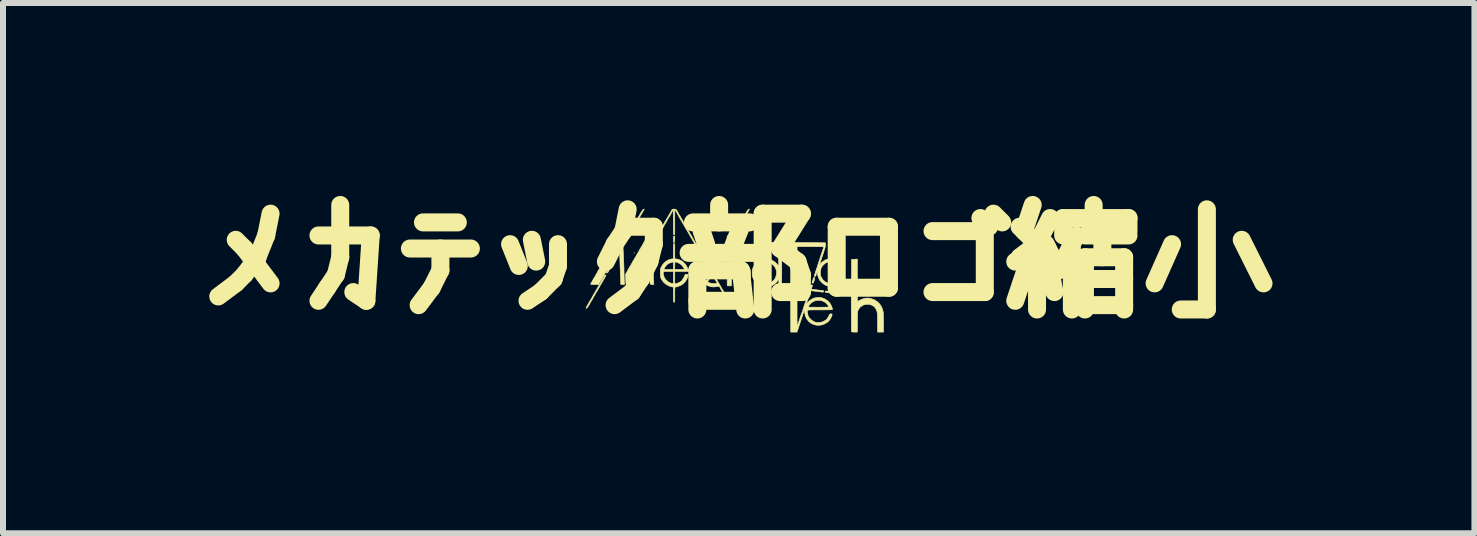
<source format=kicad_pcb>
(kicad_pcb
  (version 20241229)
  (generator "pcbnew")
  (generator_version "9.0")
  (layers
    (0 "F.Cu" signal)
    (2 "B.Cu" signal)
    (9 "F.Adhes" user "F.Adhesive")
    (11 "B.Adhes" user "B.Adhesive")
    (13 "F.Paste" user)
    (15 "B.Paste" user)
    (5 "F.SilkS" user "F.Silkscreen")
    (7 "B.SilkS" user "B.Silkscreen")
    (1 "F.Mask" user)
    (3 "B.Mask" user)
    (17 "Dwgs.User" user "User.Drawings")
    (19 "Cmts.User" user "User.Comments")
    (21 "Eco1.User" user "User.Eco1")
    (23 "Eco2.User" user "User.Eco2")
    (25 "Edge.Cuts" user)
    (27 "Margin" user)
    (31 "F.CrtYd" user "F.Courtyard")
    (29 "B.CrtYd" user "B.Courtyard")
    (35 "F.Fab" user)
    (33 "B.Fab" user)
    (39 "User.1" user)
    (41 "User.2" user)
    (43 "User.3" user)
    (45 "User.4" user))
  (footprint "メカテック部ロゴ縮小"
    (layer "F.Cu")
    (at 9.26 1.418)
    (property "Reference" "メカテック部ロゴ縮小" (at 0 0 0) (layer "F.SilkS") (effects (font (size 1.524 1.524) (thickness 0.3))))
    (attr through_hole)
    (fp_poly (pts (xy -1.741 -0.258) (xy -1.741 -0.251) (xy -1.741 -0.25) (xy -1.744 -0.251) (xy -1.745 -0.254) (xy -1.743 -0.259) (xy -1.741 -0.258)) (stroke (width 0.01) (type solid)) (fill yes) (layer "F.SilkS"))
    (fp_poly (pts (xy -0.046 0.195) (xy -0.034 0.199) (xy -0.024 0.202) (xy -0.014 0.206) (xy -0.011 0.21) (xy -0.012 0.214) (xy -0.017 0.214) (xy -0.029 0.211) (xy -0.037 0.208) (xy -0.049 0.203) (xy -0.055 0.198) (xy -0.055 0.197) (xy -0.051 0.194) (xy -0.046 0.195)) (stroke (width 0.01) (type solid)) (fill yes) (layer "F.SilkS"))
    (fp_poly (pts (xy -1.071 -0.535) (xy -1.068 -0.532) (xy -1.067 -0.523) (xy -1.066 -0.509) (xy -1.067 -0.485) (xy -1.067 -0.482) (xy -1.068 -0.453) (xy -1.071 -0.435) (xy -1.076 -0.426) (xy -1.082 -0.427) (xy -1.084 -0.429) (xy -1.086 -0.436) (xy -1.087 -0.451) (xy -1.088 -0.472) (xy -1.088 -0.484) (xy -1.088 -0.508) (xy -1.087 -0.523) (xy -1.085 -0.532) (xy -1.082 -0.535) (xy -1.077 -0.536) (xy -1.071 -0.535)) (stroke (width 0.01) (type solid)) (fill yes) (layer "F.SilkS"))
    (fp_poly (pts (xy 1.263 0.161) (xy 1.267 0.167) (xy 1.267 0.175) (xy 1.264 0.187) (xy 1.259 0.205) (xy 1.251 0.227) (xy 1.245 0.241) (xy 1.24 0.248) (xy 1.235 0.25) (xy 1.23 0.25) (xy 1.224 0.247) (xy 1.221 0.243) (xy 1.223 0.233) (xy 1.228 0.217) (xy 1.231 0.209) (xy 1.238 0.191) (xy 1.242 0.176) (xy 1.242 0.17) (xy 1.246 0.159) (xy 1.255 0.157) (xy 1.263 0.161)) (stroke (width 0.01) (type solid)) (fill yes) (layer "F.SilkS"))
    (fp_poly (pts (xy 1.468 0.382) (xy 1.482 0.383) (xy 1.509 0.386) (xy 1.526 0.389) (xy 1.536 0.393) (xy 1.54 0.398) (xy 1.539 0.402) (xy 1.534 0.409) (xy 1.522 0.413) (xy 1.511 0.414) (xy 1.507 0.412) (xy 1.501 0.41) (xy 1.487 0.409) (xy 1.473 0.408) (xy 1.455 0.406) (xy 1.445 0.404) (xy 1.442 0.399) (xy 1.441 0.393) (xy 1.442 0.387) (xy 1.445 0.383) (xy 1.453 0.382) (xy 1.468 0.382)) (stroke (width 0.01) (type solid)) (fill yes) (layer "F.SilkS"))
    (fp_poly (pts (xy -1.604 -0.083) (xy -1.612 -0.069) (xy -1.617 -0.058) (xy -1.618 -0.055) (xy -1.622 -0.05) (xy -1.623 -0.05) (xy -1.628 -0.045) (xy -1.632 -0.037) (xy -1.636 -0.028) (xy -1.645 -0.013) (xy -1.656 0.007) (xy -1.668 0.028) (xy -1.68 0.048) (xy -1.691 0.065) (xy -1.698 0.076) (xy -1.7 0.078) (xy -1.708 0.08) (xy -1.71 0.079) (xy -1.714 0.073) (xy -1.711 0.061) (xy -1.703 0.05) (xy -1.697 0.041) (xy -1.688 0.026) (xy -1.678 0.008) (xy -1.666 -0.013) (xy -1.655 -0.034) (xy -1.647 -0.047) (xy -1.637 -0.065) (xy -1.627 -0.083) (xy -1.625 -0.087) (xy -1.615 -0.101) (xy -1.603 -0.105) (xy -1.59 -0.105) (xy -1.604 -0.083)) (stroke (width 0.01) (type solid)) (fill yes) (layer "F.SilkS"))
    (fp_poly (pts (xy -2.086 -0.104) (xy -2.085 -0.1) (xy -2.088 -0.092) (xy -2.095 -0.078) (xy -2.107 -0.056) (xy -2.112 -0.048) (xy -2.124 -0.028) (xy -2.135 -0.01) (xy -2.142 0.003) (xy -2.143 0.004) (xy -2.149 0.016) (xy -2.158 0.031) (xy -2.168 0.048) (xy -2.176 0.063) (xy -2.182 0.073) (xy -2.184 0.076) (xy -2.19 0.078) (xy -2.197 0.08) (xy -2.205 0.08) (xy -2.205 0.073) (xy -2.205 0.073) (xy -2.198 0.06) (xy -2.195 0.055) (xy -2.188 0.046) (xy -2.179 0.031) (xy -2.173 0.019) (xy -2.161 -0.003) (xy -2.148 -0.026) (xy -2.142 -0.036) (xy -2.132 -0.053) (xy -2.124 -0.068) (xy -2.121 -0.075) (xy -2.109 -0.093) (xy -2.097 -0.104) (xy -2.091 -0.105) (xy -2.086 -0.104)) (stroke (width 0.01) (type solid)) (fill yes) (layer "F.SilkS"))
    (fp_poly (pts (xy -1.44 -0.346) (xy -1.438 -0.334) (xy -1.437 -0.316) (xy -1.437 -0.313) (xy -1.436 -0.296) (xy -1.435 -0.27) (xy -1.434 -0.237) (xy -1.432 -0.2) (xy -1.431 -0.161) (xy -1.43 -0.146) (xy -1.428 -0.099) (xy -1.426 -0.046) (xy -1.425 0.009) (xy -1.423 0.062) (xy -1.422 0.105) (xy -1.421 0.142) (xy -1.419 0.178) (xy -1.418 0.208) (xy -1.417 0.233) (xy -1.416 0.249) (xy -1.416 0.253) (xy -1.416 0.267) (xy -1.417 0.275) (xy -1.418 0.275) (xy -1.425 0.274) (xy -1.44 0.272) (xy -1.449 0.271) (xy -1.466 0.269) (xy -1.474 0.265) (xy -1.477 0.258) (xy -1.478 0.248) (xy -1.478 0.236) (xy -1.479 0.215) (xy -1.48 0.188) (xy -1.481 0.159) (xy -1.482 0.152) (xy -1.484 0.09) (xy -1.487 0.019) (xy -1.49 -0.06) (xy -1.493 -0.145) (xy -1.494 -0.173) (xy -1.496 -0.249) (xy -1.471 -0.294) (xy -1.461 -0.314) (xy -1.452 -0.33) (xy -1.447 -0.34) (xy -1.447 -0.343) (xy -1.443 -0.35) (xy -1.442 -0.35) (xy -1.44 -0.346)) (stroke (width 0.01) (type solid)) (fill yes) (layer "F.SilkS"))
    (fp_poly (pts (xy -1.927 -0.337) (xy -1.927 -0.325) (xy -1.926 -0.305) (xy -1.925 -0.283) (xy -1.924 -0.282) (xy -1.923 -0.249) (xy -1.921 -0.217) (xy -1.92 -0.183) (xy -1.918 -0.147) (xy -1.917 -0.107) (xy -1.915 -0.061) (xy -1.913 -0.01) (xy -1.912 0.049) (xy -1.91 0.116) (xy -1.908 0.184) (xy -1.905 0.276) (xy -1.918 0.275) (xy -1.932 0.274) (xy -1.948 0.272) (xy -1.966 0.27) (xy -1.966 0.225) (xy -1.967 0.201) (xy -1.967 0.18) (xy -1.968 0.165) (xy -1.968 0.163) (xy -1.969 0.152) (xy -1.97 0.132) (xy -1.972 0.106) (xy -1.973 0.075) (xy -1.973 0.058) (xy -1.976 -0.008) (xy -1.978 -0.064) (xy -1.979 -0.11) (xy -1.981 -0.148) (xy -1.981 -0.179) (xy -1.982 -0.203) (xy -1.982 -0.222) (xy -1.982 -0.236) (xy -1.981 -0.246) (xy -1.98 -0.253) (xy -1.979 -0.258) (xy -1.978 -0.262) (xy -1.976 -0.265) (xy -1.974 -0.269) (xy -1.964 -0.287) (xy -1.953 -0.304) (xy -1.952 -0.306) (xy -1.942 -0.322) (xy -1.934 -0.337) (xy -1.934 -0.337) (xy -1.928 -0.351) (xy -1.927 -0.337)) (stroke (width 0.01) (type solid)) (fill yes) (layer "F.SilkS"))
    (fp_poly (pts (xy -1.723 0.118) (xy -1.725 0.125) (xy -1.732 0.138) (xy -1.742 0.156) (xy -1.754 0.177) (xy -1.766 0.197) (xy -1.777 0.215) (xy -1.777 0.215) (xy -1.788 0.233) (xy -1.802 0.258) (xy -1.816 0.284) (xy -1.824 0.298) (xy -1.835 0.32) (xy -1.845 0.338) (xy -1.852 0.35) (xy -1.855 0.353) (xy -1.861 0.361) (xy -1.871 0.378) (xy -1.885 0.402) (xy -1.901 0.432) (xy -1.902 0.433) (xy -1.916 0.459) (xy -1.932 0.487) (xy -1.944 0.508) (xy -1.971 0.551) (xy -1.996 0.595) (xy -2.016 0.634) (xy -2.027 0.653) (xy -2.035 0.664) (xy -2.043 0.668) (xy -2.047 0.668) (xy -2.057 0.667) (xy -2.06 0.665) (xy -2.057 0.659) (xy -2.05 0.648) (xy -2.049 0.647) (xy -2.034 0.623) (xy -2.017 0.594) (xy -1.997 0.557) (xy -1.996 0.555) (xy -1.986 0.536) (xy -1.977 0.522) (xy -1.972 0.514) (xy -1.972 0.514) (xy -1.967 0.508) (xy -1.959 0.495) (xy -1.95 0.477) (xy -1.949 0.475) (xy -1.939 0.457) (xy -1.932 0.443) (xy -1.927 0.436) (xy -1.927 0.436) (xy -1.923 0.43) (xy -1.916 0.418) (xy -1.913 0.411) (xy -1.906 0.4) (xy -1.895 0.38) (xy -1.88 0.355) (xy -1.864 0.327) (xy -1.847 0.298) (xy -1.829 0.268) (xy -1.812 0.238) (xy -1.797 0.212) (xy -1.785 0.192) (xy -1.778 0.18) (xy -1.769 0.163) (xy -1.761 0.15) (xy -1.758 0.145) (xy -1.75 0.134) (xy -1.748 0.127) (xy -1.742 0.12) (xy -1.733 0.116) (xy -1.725 0.115) (xy -1.723 0.118)) (stroke (width 0.01) (type solid)) (fill yes) (layer "F.SilkS"))
    (fp_poly (pts (xy -2.229 0.153) (xy -2.239 0.172) (xy -2.247 0.187) (xy -2.253 0.195) (xy -2.253 0.196) (xy -2.258 0.203) (xy -2.266 0.218) (xy -2.275 0.235) (xy -2.285 0.252) (xy -2.293 0.265) (xy -2.297 0.271) (xy -2.301 0.277) (xy -2.307 0.287) (xy -2.313 0.299) (xy -2.323 0.317) (xy -2.331 0.331) (xy -2.341 0.349) (xy -2.35 0.365) (xy -2.355 0.373) (xy -2.361 0.384) (xy -2.371 0.4) (xy -2.376 0.407) (xy -2.385 0.421) (xy -2.39 0.431) (xy -2.391 0.433) (xy -2.394 0.44) (xy -2.4 0.451) (xy -2.404 0.457) (xy -2.413 0.472) (xy -2.425 0.493) (xy -2.437 0.515) (xy -2.438 0.516) (xy -2.448 0.535) (xy -2.457 0.549) (xy -2.463 0.557) (xy -2.463 0.558) (xy -2.469 0.565) (xy -2.472 0.572) (xy -2.48 0.589) (xy -2.491 0.609) (xy -2.504 0.629) (xy -2.516 0.647) (xy -2.527 0.661) (xy -2.535 0.668) (xy -2.536 0.668) (xy -2.544 0.667) (xy -2.546 0.666) (xy -2.543 0.66) (xy -2.536 0.646) (xy -2.525 0.627) (xy -2.516 0.61) (xy -2.505 0.592) (xy -2.493 0.57) (xy -2.488 0.56) (xy -2.478 0.544) (xy -2.47 0.53) (xy -2.466 0.525) (xy -2.458 0.513) (xy -2.452 0.502) (xy -2.445 0.488) (xy -2.433 0.467) (xy -2.417 0.438) (xy -2.395 0.401) (xy -2.377 0.37) (xy -2.363 0.346) (xy -2.349 0.323) (xy -2.338 0.304) (xy -2.332 0.294) (xy -2.322 0.275) (xy -2.31 0.255) (xy -2.309 0.253) (xy -2.298 0.233) (xy -2.287 0.213) (xy -2.285 0.211) (xy -2.276 0.195) (xy -2.264 0.174) (xy -2.255 0.159) (xy -2.245 0.143) (xy -2.239 0.129) (xy -2.236 0.122) (xy -2.232 0.117) (xy -2.223 0.116) (xy -2.209 0.116) (xy -2.229 0.153)) (stroke (width 0.01) (type solid)) (fill yes) (layer "F.SilkS"))
    (fp_poly (pts (xy -1.466 -0.464) (xy -1.445 -0.463) (xy -1.43 -0.462) (xy -1.425 -0.461) (xy -1.425 -0.461) (xy -1.427 -0.455) (xy -1.435 -0.44) (xy -1.447 -0.419) (xy -1.463 -0.391) (xy -1.482 -0.358) (xy -1.504 -0.321) (xy -1.508 -0.313) (xy -1.521 -0.291) (xy -1.532 -0.272) (xy -1.538 -0.259) (xy -1.541 -0.254) (xy -1.544 -0.246) (xy -1.548 -0.242) (xy -1.555 -0.233) (xy -1.564 -0.218) (xy -1.566 -0.215) (xy -1.576 -0.196) (xy -1.588 -0.174) (xy -1.602 -0.149) (xy -1.616 -0.125) (xy -1.628 -0.104) (xy -1.637 -0.088) (xy -1.642 -0.08) (xy -1.657 -0.055) (xy -1.669 -0.036) (xy -1.678 -0.02) (xy -1.686 -0.006) (xy -1.695 0.01) (xy -1.704 0.028) (xy -1.715 0.046) (xy -1.725 0.064) (xy -1.728 0.069) (xy -1.741 0.09) (xy -1.756 0.117) (xy -1.77 0.144) (xy -1.778 0.158) (xy -1.786 0.169) (xy -1.787 0.17) (xy -1.794 0.18) (xy -1.795 0.185) (xy -1.797 0.192) (xy -1.8 0.193) (xy -1.805 0.198) (xy -1.809 0.206) (xy -1.814 0.218) (xy -1.824 0.234) (xy -1.835 0.25) (xy -1.845 0.264) (xy -1.852 0.272) (xy -1.859 0.275) (xy -1.867 0.274) (xy -1.872 0.272) (xy -1.876 0.268) (xy -1.879 0.261) (xy -1.881 0.247) (xy -1.882 0.226) (xy -1.882 0.199) (xy -1.883 0.171) (xy -1.884 0.147) (xy -1.885 0.128) (xy -1.887 0.117) (xy -1.887 0.117) (xy -1.887 0.105) (xy -1.884 0.098) (xy -1.879 0.09) (xy -1.87 0.075) (xy -1.862 0.061) (xy -1.851 0.04) (xy -1.837 0.015) (xy -1.825 -0.006) (xy -1.813 -0.027) (xy -1.801 -0.047) (xy -1.792 -0.062) (xy -1.777 -0.088) (xy -1.761 -0.117) (xy -1.743 -0.148) (xy -1.725 -0.178) (xy -1.709 -0.205) (xy -1.695 -0.229) (xy -1.684 -0.247) (xy -1.678 -0.258) (xy -1.677 -0.259) (xy -1.669 -0.273) (xy -1.663 -0.285) (xy -1.658 -0.294) (xy -1.649 -0.31) (xy -1.637 -0.331) (xy -1.624 -0.352) (xy -1.611 -0.374) (xy -1.6 -0.393) (xy -1.593 -0.405) (xy -1.59 -0.411) (xy -1.588 -0.417) (xy -1.581 -0.429) (xy -1.575 -0.439) (xy -1.56 -0.464) (xy -1.492 -0.464) (xy -1.466 -0.464)) (stroke (width 0.01) (type solid)) (fill yes) (layer "F.SilkS"))
    (fp_poly (pts (xy 1.977 0.557) (xy 2.009 0.539) (xy 2.048 0.52) (xy 2.089 0.507) (xy 2.127 0.5) (xy 2.161 0.499) (xy 2.216 0.511) (xy 2.266 0.531) (xy 2.31 0.56) (xy 2.347 0.596) (xy 2.376 0.639) (xy 2.397 0.688) (xy 2.407 0.729) (xy 2.409 0.745) (xy 2.41 0.769) (xy 2.411 0.801) (xy 2.412 0.838) (xy 2.413 0.878) (xy 2.413 0.916) (xy 2.413 1.066) (xy 2.314 1.066) (xy 2.313 0.921) (xy 2.313 0.868) (xy 2.313 0.825) (xy 2.312 0.79) (xy 2.31 0.761) (xy 2.307 0.739) (xy 2.303 0.721) (xy 2.298 0.705) (xy 2.292 0.691) (xy 2.284 0.677) (xy 2.281 0.673) (xy 2.267 0.652) (xy 2.253 0.638) (xy 2.236 0.626) (xy 2.226 0.621) (xy 2.192 0.608) (xy 2.155 0.602) (xy 2.118 0.604) (xy 2.084 0.612) (xy 2.056 0.627) (xy 2.048 0.633) (xy 2.037 0.642) (xy 2.028 0.646) (xy 2.028 0.646) (xy 2.021 0.649) (xy 2.021 0.651) (xy 2.017 0.659) (xy 2.013 0.664) (xy 2.006 0.673) (xy 1.997 0.688) (xy 1.993 0.696) (xy 1.989 0.703) (xy 1.986 0.71) (xy 1.984 0.719) (xy 1.982 0.73) (xy 1.981 0.745) (xy 1.98 0.766) (xy 1.979 0.793) (xy 1.979 0.827) (xy 1.978 0.871) (xy 1.978 0.893) (xy 1.976 1.066) (xy 1.929 1.066) (xy 1.903 1.065) (xy 1.887 1.063) (xy 1.88 1.059) (xy 1.88 1.059) (xy 1.879 1.052) (xy 1.879 1.035) (xy 1.878 1.01) (xy 1.878 0.976) (xy 1.877 0.936) (xy 1.877 0.889) (xy 1.877 0.838) (xy 1.876 0.783) (xy 1.876 0.754) (xy 1.875 0.456) (xy 1.85 0.454) (xy 1.835 0.453) (xy 1.813 0.45) (xy 1.784 0.447) (xy 1.754 0.443) (xy 1.745 0.442) (xy 1.712 0.438) (xy 1.68 0.434) (xy 1.651 0.43) (xy 1.629 0.428) (xy 1.626 0.428) (xy 1.6 0.425) (xy 1.583 0.423) (xy 1.573 0.419) (xy 1.569 0.414) (xy 1.568 0.408) (xy 1.572 0.399) (xy 1.578 0.398) (xy 1.59 0.398) (xy 1.612 0.4) (xy 1.64 0.403) (xy 1.673 0.407) (xy 1.709 0.411) (xy 1.746 0.416) (xy 1.774 0.42) (xy 1.803 0.424) (xy 1.829 0.427) (xy 1.849 0.43) (xy 1.862 0.431) (xy 1.863 0.431) (xy 1.877 0.431) (xy 1.879 0.142) (xy 1.88 -0.146) (xy 1.928 -0.148) (xy 1.977 -0.15) (xy 1.977 0.557)) (stroke (width 0.01) (type solid)) (fill yes) (layer "F.SilkS"))
    (fp_poly (pts (xy -1.585 -0.963) (xy -1.596 -0.943) (xy -1.608 -0.923) (xy -1.61 -0.919) (xy -1.619 -0.903) (xy -1.632 -0.882) (xy -1.642 -0.864) (xy -1.655 -0.842) (xy -1.668 -0.819) (xy -1.676 -0.803) (xy -1.686 -0.786) (xy -1.695 -0.772) (xy -1.699 -0.766) (xy -1.704 -0.759) (xy -1.703 -0.756) (xy -1.703 -0.753) (xy -1.708 -0.747) (xy -1.712 -0.74) (xy -1.722 -0.725) (xy -1.734 -0.704) (xy -1.748 -0.68) (xy -1.763 -0.654) (xy -1.778 -0.629) (xy -1.79 -0.606) (xy -1.801 -0.587) (xy -1.807 -0.575) (xy -1.807 -0.574) (xy -1.812 -0.566) (xy -1.821 -0.551) (xy -1.832 -0.533) (xy -1.833 -0.531) (xy -1.844 -0.514) (xy -1.852 -0.501) (xy -1.855 -0.494) (xy -1.855 -0.494) (xy -1.858 -0.488) (xy -1.866 -0.474) (xy -1.878 -0.453) (xy -1.894 -0.426) (xy -1.903 -0.411) (xy -1.911 -0.398) (xy -1.918 -0.384) (xy -1.928 -0.367) (xy -1.938 -0.351) (xy -1.948 -0.334) (xy -1.958 -0.316) (xy -1.958 -0.315) (xy -1.965 -0.303) (xy -1.976 -0.284) (xy -1.989 -0.261) (xy -2.005 -0.234) (xy -2.011 -0.224) (xy -2.026 -0.199) (xy -2.039 -0.177) (xy -2.048 -0.16) (xy -2.053 -0.15) (xy -2.054 -0.148) (xy -2.059 -0.144) (xy -2.066 -0.144) (xy -2.074 -0.146) (xy -2.074 -0.152) (xy -2.07 -0.16) (xy -2.062 -0.175) (xy -2.05 -0.195) (xy -2.043 -0.207) (xy -2.031 -0.228) (xy -2.022 -0.245) (xy -2.016 -0.256) (xy -2.015 -0.259) (xy -2.012 -0.266) (xy -2.011 -0.266) (xy -2.007 -0.271) (xy -1.999 -0.284) (xy -1.991 -0.298) (xy -1.979 -0.319) (xy -1.965 -0.344) (xy -1.953 -0.364) (xy -1.94 -0.387) (xy -1.924 -0.414) (xy -1.91 -0.441) (xy -1.906 -0.447) (xy -1.895 -0.468) (xy -1.886 -0.484) (xy -1.88 -0.495) (xy -1.878 -0.497) (xy -1.873 -0.503) (xy -1.865 -0.516) (xy -1.853 -0.535) (xy -1.841 -0.557) (xy -1.828 -0.58) (xy -1.816 -0.602) (xy -1.811 -0.609) (xy -1.792 -0.645) (xy -1.777 -0.671) (xy -1.767 -0.687) (xy -1.765 -0.69) (xy -1.758 -0.699) (xy -1.749 -0.715) (xy -1.738 -0.734) (xy -1.726 -0.755) (xy -1.715 -0.776) (xy -1.707 -0.792) (xy -1.702 -0.803) (xy -1.701 -0.806) (xy -1.697 -0.812) (xy -1.696 -0.812) (xy -1.691 -0.816) (xy -1.684 -0.828) (xy -1.677 -0.841) (xy -1.654 -0.883) (xy -1.634 -0.918) (xy -1.616 -0.947) (xy -1.601 -0.967) (xy -1.59 -0.979) (xy -1.585 -0.982) (xy -1.572 -0.984) (xy -1.585 -0.963)) (stroke (width 0.01) (type solid)) (fill yes) (layer "F.SilkS"))
    (fp_poly (pts (xy -1.952 -0.464) (xy -1.932 -0.463) (xy -1.921 -0.46) (xy -1.917 -0.455) (xy -1.919 -0.446) (xy -1.927 -0.433) (xy -1.93 -0.428) (xy -1.939 -0.412) (xy -1.947 -0.397) (xy -1.949 -0.393) (xy -1.956 -0.38) (xy -1.966 -0.365) (xy -1.969 -0.362) (xy -1.977 -0.35) (xy -1.982 -0.342) (xy -1.982 -0.341) (xy -1.985 -0.335) (xy -1.992 -0.322) (xy -2.002 -0.304) (xy -2.01 -0.29) (xy -2.022 -0.269) (xy -2.031 -0.253) (xy -2.036 -0.242) (xy -2.038 -0.239) (xy -2.04 -0.233) (xy -2.048 -0.222) (xy -2.049 -0.22) (xy -2.056 -0.209) (xy -2.067 -0.191) (xy -2.081 -0.168) (xy -2.092 -0.148) (xy -2.11 -0.117) (xy -2.128 -0.085) (xy -2.145 -0.054) (xy -2.161 -0.027) (xy -2.174 -0.005) (xy -2.183 0.011) (xy -2.185 0.014) (xy -2.193 0.028) (xy -2.197 0.038) (xy -2.204 0.05) (xy -2.214 0.066) (xy -2.219 0.074) (xy -2.23 0.091) (xy -2.243 0.112) (xy -2.255 0.134) (xy -2.269 0.16) (xy -2.279 0.178) (xy -2.285 0.189) (xy -2.289 0.196) (xy -2.292 0.199) (xy -2.292 0.199) (xy -2.296 0.205) (xy -2.304 0.218) (xy -2.314 0.235) (xy -2.315 0.237) (xy -2.335 0.273) (xy -2.399 0.273) (xy -2.425 0.273) (xy -2.446 0.272) (xy -2.461 0.271) (xy -2.466 0.269) (xy -2.465 0.263) (xy -2.459 0.249) (xy -2.45 0.232) (xy -2.447 0.228) (xy -2.435 0.207) (xy -2.425 0.189) (xy -2.418 0.176) (xy -2.418 0.175) (xy -2.412 0.165) (xy -2.407 0.16) (xy -2.402 0.156) (xy -2.402 0.154) (xy -2.399 0.147) (xy -2.392 0.133) (xy -2.382 0.114) (xy -2.374 0.102) (xy -2.363 0.082) (xy -2.353 0.065) (xy -2.348 0.055) (xy -2.347 0.052) (xy -2.344 0.046) (xy -2.337 0.035) (xy -2.332 0.026) (xy -2.313 -0.003) (xy -2.297 -0.032) (xy -2.286 -0.055) (xy -2.285 -0.057) (xy -2.279 -0.067) (xy -2.274 -0.072) (xy -2.27 -0.076) (xy -2.269 -0.079) (xy -2.266 -0.089) (xy -2.262 -0.093) (xy -2.256 -0.101) (xy -2.248 -0.115) (xy -2.242 -0.127) (xy -2.234 -0.142) (xy -2.227 -0.152) (xy -2.224 -0.155) (xy -2.22 -0.159) (xy -2.22 -0.162) (xy -2.217 -0.169) (xy -2.21 -0.184) (xy -2.199 -0.203) (xy -2.188 -0.221) (xy -2.174 -0.244) (xy -2.162 -0.264) (xy -2.153 -0.28) (xy -2.149 -0.287) (xy -2.142 -0.301) (xy -2.137 -0.309) (xy -2.129 -0.323) (xy -2.117 -0.343) (xy -2.103 -0.366) (xy -2.089 -0.391) (xy -2.076 -0.413) (xy -2.065 -0.432) (xy -2.058 -0.445) (xy -2.058 -0.446) (xy -2.048 -0.464) (xy -1.982 -0.464) (xy -1.952 -0.464)) (stroke (width 0.01) (type solid)) (fill yes) (layer "F.SilkS"))
    (fp_poly (pts (xy -1.073 -0.408) (xy -1.071 -0.406) (xy -1.069 -0.401) (xy -1.067 -0.392) (xy -1.066 -0.377) (xy -1.066 -0.355) (xy -1.066 -0.324) (xy -1.066 -0.284) (xy -1.066 -0.156) (xy -1.034 -0.152) (xy -0.991 -0.141) (xy -0.951 -0.121) (xy -0.915 -0.092) (xy -0.884 -0.057) (xy -0.86 -0.017) (xy -0.845 0.028) (xy -0.843 0.037) (xy -0.84 0.055) (xy -1.066 0.055) (xy -1.066 0.26) (xy -1.042 0.257) (xy -1.021 0.251) (xy -0.998 0.242) (xy -0.976 0.23) (xy -0.957 0.217) (xy -0.944 0.205) (xy -0.939 0.195) (xy -0.939 0.195) (xy -0.935 0.186) (xy -0.932 0.184) (xy -0.924 0.175) (xy -0.915 0.158) (xy -0.904 0.134) (xy -0.9 0.123) (xy -0.895 0.112) (xy -0.888 0.107) (xy -0.876 0.105) (xy -0.867 0.105) (xy -0.84 0.105) (xy -0.847 0.135) (xy -0.863 0.18) (xy -0.888 0.221) (xy -0.921 0.256) (xy -0.953 0.279) (xy -0.967 0.287) (xy -0.986 0.295) (xy -1.007 0.303) (xy -1.025 0.31) (xy -1.038 0.314) (xy -1.043 0.314) (xy -1.05 0.313) (xy -1.055 0.313) (xy -1.06 0.316) (xy -1.062 0.323) (xy -1.064 0.335) (xy -1.065 0.354) (xy -1.066 0.38) (xy -1.066 0.415) (xy -1.066 0.442) (xy -1.066 0.482) (xy -1.066 0.513) (xy -1.066 0.536) (xy -1.067 0.551) (xy -1.068 0.561) (xy -1.07 0.566) (xy -1.073 0.568) (xy -1.076 0.569) (xy -1.077 0.569) (xy -1.08 0.568) (xy -1.083 0.566) (xy -1.085 0.561) (xy -1.086 0.552) (xy -1.087 0.537) (xy -1.088 0.515) (xy -1.088 0.484) (xy -1.088 0.444) (xy -1.088 0.317) (xy -1.12 0.31) (xy -1.167 0.295) (xy -1.211 0.27) (xy -1.249 0.238) (xy -1.279 0.199) (xy -1.29 0.179) (xy -1.297 0.165) (xy -1.301 0.152) (xy -1.304 0.138) (xy -1.305 0.12) (xy -1.306 0.096) (xy -1.306 0.085) (xy -1.258 0.085) (xy -1.258 0.101) (xy -1.255 0.112) (xy -1.254 0.113) (xy -1.251 0.12) (xy -1.252 0.124) (xy -1.251 0.131) (xy -1.248 0.133) (xy -1.244 0.136) (xy -1.245 0.138) (xy -1.245 0.147) (xy -1.238 0.16) (xy -1.226 0.177) (xy -1.212 0.196) (xy -1.206 0.202) (xy -1.173 0.23) (xy -1.136 0.249) (xy -1.132 0.25) (xy -1.117 0.255) (xy -1.105 0.259) (xy -1.098 0.258) (xy -1.092 0.253) (xy -1.089 0.243) (xy -1.088 0.225) (xy -1.088 0.198) (xy -1.088 0.162) (xy -1.088 0.157) (xy -1.088 0.055) (xy -1.17 0.055) (xy -1.202 0.055) (xy -1.224 0.056) (xy -1.239 0.056) (xy -1.248 0.058) (xy -1.252 0.061) (xy -1.255 0.065) (xy -1.255 0.068) (xy -1.258 0.085) (xy -1.306 0.085) (xy -1.306 0.08) (xy -1.306 0.051) (xy -1.305 0.031) (xy -1.304 0.022) (xy -1.248 0.022) (xy -1.088 0.022) (xy -1.088 -0.038) (xy -1.066 -0.038) (xy -1.066 0.022) (xy -0.986 0.022) (xy -0.957 0.022) (xy -0.933 0.021) (xy -0.916 0.021) (xy -0.907 0.02) (xy -0.906 0.019) (xy -0.909 0.008) (xy -0.918 -0.008) (xy -0.93 -0.026) (xy -0.944 -0.044) (xy -0.954 -0.054) (xy -0.969 -0.066) (xy -0.989 -0.078) (xy -1.01 -0.089) (xy -1.031 -0.097) (xy -1.048 -0.102) (xy -1.059 -0.103) (xy -1.06 -0.102) (xy -1.063 -0.095) (xy -1.064 -0.079) (xy -1.065 -0.056) (xy -1.066 -0.038) (xy -1.088 -0.038) (xy -1.088 -0.103) (xy -1.115 -0.096) (xy -1.134 -0.091) (xy -1.15 -0.085) (xy -1.155 -0.082) (xy -1.166 -0.077) (xy -1.171 -0.076) (xy -1.177 -0.073) (xy -1.188 -0.064) (xy -1.201 -0.052) (xy -1.213 -0.038) (xy -1.223 -0.026) (xy -1.226 -0.022) (xy -1.235 -0.006) (xy -1.241 0.007) (xy -1.248 0.022) (xy -1.304 0.022) (xy -1.303 0.016) (xy -1.299 0.003) (xy -1.293 -0.011) (xy -1.288 -0.024) (xy -1.263 -0.063) (xy -1.231 -0.098) (xy -1.194 -0.125) (xy -1.154 -0.144) (xy -1.118 -0.152) (xy -1.088 -0.156) (xy -1.088 -0.282) (xy -1.088 -0.323) (xy -1.088 -0.353) (xy -1.087 -0.376) (xy -1.086 -0.391) (xy -1.085 -0.401) (xy -1.083 -0.406) (xy -1.08 -0.408) (xy -1.077 -0.409) (xy -1.077 -0.409) (xy -1.073 -0.408)) (stroke (width 0.01) (type solid)) (fill yes) (layer "F.SilkS"))
    (fp_poly (pts (xy -1.056 -0.981) (xy -1.041 -0.975) (xy -1.031 -0.963) (xy -1.027 -0.954) (xy -1.025 -0.95) (xy -1.023 -0.945) (xy -1.019 -0.938) (xy -1.014 -0.929) (xy -1.007 -0.916) (xy -0.997 -0.899) (xy -0.983 -0.875) (xy -0.965 -0.845) (xy -0.942 -0.806) (xy -0.937 -0.797) (xy -0.919 -0.767) (xy -0.904 -0.74) (xy -0.891 -0.718) (xy -0.883 -0.702) (xy -0.878 -0.693) (xy -0.878 -0.693) (xy -0.875 -0.686) (xy -0.868 -0.675) (xy -0.866 -0.672) (xy -0.852 -0.651) (xy -0.836 -0.623) (xy -0.818 -0.588) (xy -0.808 -0.57) (xy -0.799 -0.555) (xy -0.796 -0.552) (xy -0.786 -0.537) (xy -0.778 -0.522) (xy -0.77 -0.507) (xy -0.759 -0.486) (xy -0.745 -0.463) (xy -0.732 -0.439) (xy -0.719 -0.418) (xy -0.71 -0.402) (xy -0.707 -0.397) (xy -0.698 -0.383) (xy -0.688 -0.366) (xy -0.685 -0.362) (xy -0.675 -0.344) (xy -0.663 -0.322) (xy -0.657 -0.312) (xy -0.645 -0.29) (xy -0.631 -0.266) (xy -0.626 -0.257) (xy -0.616 -0.238) (xy -0.602 -0.215) (xy -0.589 -0.192) (xy -0.587 -0.19) (xy -0.576 -0.171) (xy -0.568 -0.156) (xy -0.564 -0.148) (xy -0.563 -0.147) (xy -0.568 -0.144) (xy -0.573 -0.144) (xy -0.578 -0.145) (xy -0.585 -0.151) (xy -0.593 -0.163) (xy -0.605 -0.181) (xy -0.62 -0.208) (xy -0.624 -0.215) (xy -0.63 -0.226) (xy -0.641 -0.243) (xy -0.653 -0.265) (xy -0.659 -0.276) (xy -0.672 -0.299) (xy -0.685 -0.32) (xy -0.694 -0.337) (xy -0.697 -0.342) (xy -0.704 -0.353) (xy -0.715 -0.372) (xy -0.729 -0.396) (xy -0.745 -0.424) (xy -0.758 -0.447) (xy -0.777 -0.48) (xy -0.8 -0.519) (xy -0.824 -0.561) (xy -0.848 -0.603) (xy -0.868 -0.638) (xy -0.889 -0.673) (xy -0.909 -0.708) (xy -0.928 -0.741) (xy -0.945 -0.771) (xy -0.958 -0.793) (xy -0.96 -0.795) (xy -0.974 -0.819) (xy -0.987 -0.842) (xy -0.998 -0.861) (xy -1.002 -0.87) (xy -1.011 -0.885) (xy -1.022 -0.906) (xy -1.035 -0.928) (xy -1.04 -0.936) (xy -1.066 -0.98) (xy -1.066 -0.767) (xy -1.066 -0.713) (xy -1.066 -0.668) (xy -1.066 -0.633) (xy -1.066 -0.606) (xy -1.067 -0.586) (xy -1.068 -0.572) (xy -1.069 -0.563) (xy -1.07 -0.558) (xy -1.072 -0.556) (xy -1.075 -0.556) (xy -1.077 -0.556) (xy -1.079 -0.557) (xy -1.082 -0.559) (xy -1.084 -0.564) (xy -1.085 -0.572) (xy -1.086 -0.584) (xy -1.087 -0.602) (xy -1.088 -0.626) (xy -1.088 -0.658) (xy -1.089 -0.698) (xy -1.089 -0.748) (xy -1.089 -0.767) (xy -1.091 -0.974) (xy -1.113 -0.934) (xy -1.128 -0.907) (xy -1.139 -0.887) (xy -1.147 -0.873) (xy -1.154 -0.862) (xy -1.16 -0.852) (xy -1.167 -0.842) (xy -1.175 -0.829) (xy -1.181 -0.819) (xy -1.182 -0.816) (xy -1.184 -0.81) (xy -1.192 -0.797) (xy -1.202 -0.778) (xy -1.216 -0.755) (xy -1.218 -0.752) (xy -1.231 -0.729) (xy -1.242 -0.709) (xy -1.25 -0.695) (xy -1.253 -0.688) (xy -1.253 -0.688) (xy -1.256 -0.682) (xy -1.264 -0.67) (xy -1.27 -0.661) (xy -1.281 -0.643) (xy -1.295 -0.62) (xy -1.304 -0.604) (xy -1.321 -0.573) (xy -1.34 -0.54) (xy -1.357 -0.509) (xy -1.364 -0.497) (xy -1.371 -0.486) (xy -1.375 -0.48) (xy -1.379 -0.474) (xy -1.385 -0.464) (xy -1.392 -0.451) (xy -1.401 -0.434) (xy -1.408 -0.422) (xy -1.418 -0.404) (xy -1.428 -0.386) (xy -1.432 -0.378) (xy -1.441 -0.362) (xy -1.451 -0.348) (xy -1.459 -0.336) (xy -1.469 -0.318) (xy -1.479 -0.298) (xy -1.489 -0.279) (xy -1.498 -0.263) (xy -1.504 -0.254) (xy -1.504 -0.254) (xy -1.512 -0.242) (xy -1.515 -0.237) (xy -1.52 -0.227) (xy -1.529 -0.214) (xy -1.53 -0.213) (xy -1.539 -0.196) (xy -1.547 -0.181) (xy -1.552 -0.17) (xy -1.557 -0.166) (xy -1.562 -0.161) (xy -1.564 -0.155) (xy -1.57 -0.148) (xy -1.579 -0.144) (xy -1.587 -0.143) (xy -1.59 -0.147) (xy -1.588 -0.155) (xy -1.582 -0.166) (xy -1.575 -0.175) (xy -1.574 -0.177) (xy -1.569 -0.183) (xy -1.561 -0.195) (xy -1.558 -0.202) (xy -1.547 -0.221) (xy -1.535 -0.242) (xy -1.533 -0.246) (xy -1.524 -0.26) (xy -1.512 -0.281) (xy -1.499 -0.305) (xy -1.49 -0.32) (xy -1.476 -0.345) (xy -1.462 -0.37) (xy -1.449 -0.391) (xy -1.444 -0.4) (xy -1.433 -0.417) (xy -1.425 -0.433) (xy -1.422 -0.44) (xy -1.417 -0.45) (xy -1.413 -0.453) (xy -1.408 -0.457) (xy -1.408 -0.459) (xy -1.405 -0.466) (xy -1.398 -0.48) (xy -1.386 -0.501) (xy -1.372 -0.527) (xy -1.355 -0.556) (xy -1.352 -0.56) (xy -1.33 -0.597) (xy -1.308 -0.634) (xy -1.288 -0.669) (xy -1.27 -0.701) (xy -1.254 -0.729) (xy -1.242 -0.75) (xy -1.234 -0.765) (xy -1.231 -0.772) (xy -1.231 -0.772) (xy -1.228 -0.778) (xy -1.224 -0.784) (xy -1.218 -0.792) (xy -1.208 -0.807) (xy -1.196 -0.828) (xy -1.184 -0.848) (xy -1.17 -0.873) (xy -1.155 -0.898) (xy -1.143 -0.919) (xy -1.136 -0.93) (xy -1.126 -0.948) (xy -1.118 -0.964) (xy -1.114 -0.97) (xy -1.109 -0.978) (xy -1.1 -0.982) (xy -1.085 -0.983) (xy -1.078 -0.983) (xy -1.056 -0.981)) (stroke (width 0.01) (type solid)) (fill yes) (layer "F.SilkS"))
    (fp_poly (pts (xy 0.174 -0.982) (xy 0.176 -0.977) (xy 0.172 -0.968) (xy 0.162 -0.951) (xy 0.161 -0.949) (xy 0.153 -0.934) (xy 0.14 -0.912) (xy 0.125 -0.887) (xy 0.112 -0.863) (xy 0.098 -0.84) (xy 0.086 -0.819) (xy 0.077 -0.804) (xy 0.072 -0.795) (xy 0.072 -0.795) (xy 0.067 -0.787) (xy 0.058 -0.772) (xy 0.046 -0.752) (xy 0.038 -0.737) (xy 0.025 -0.714) (xy 0.012 -0.692) (xy 0.002 -0.675) (xy -0.002 -0.668) (xy -0.009 -0.655) (xy -0.02 -0.636) (xy -0.033 -0.613) (xy -0.045 -0.592) (xy -0.058 -0.568) (xy -0.071 -0.546) (xy -0.082 -0.529) (xy -0.088 -0.52) (xy -0.096 -0.507) (xy -0.099 -0.498) (xy -0.099 -0.497) (xy -0.103 -0.488) (xy -0.11 -0.477) (xy -0.11 -0.476) (xy -0.113 -0.472) (xy -0.116 -0.467) (xy -0.118 -0.46) (xy -0.119 -0.45) (xy -0.12 -0.435) (xy -0.121 -0.415) (xy -0.121 -0.389) (xy -0.121 -0.354) (xy -0.121 -0.311) (xy -0.121 -0.267) (xy -0.121 -0.222) (xy -0.121 -0.18) (xy -0.12 -0.144) (xy -0.12 -0.113) (xy -0.119 -0.09) (xy -0.118 -0.076) (xy -0.117 -0.072) (xy -0.11 -0.074) (xy -0.096 -0.08) (xy -0.078 -0.089) (xy -0.077 -0.09) (xy -0.059 -0.098) (xy -0.044 -0.104) (xy -0.028 -0.107) (xy -0.008 -0.108) (xy 0.008 -0.108) (xy 0.033 -0.107) (xy 0.052 -0.106) (xy 0.067 -0.102) (xy 0.083 -0.095) (xy 0.09 -0.091) (xy 0.124 -0.07) (xy 0.151 -0.044) (xy 0.173 -0.01) (xy 0.178 -0.000144) (xy 0.196 0.036) (xy 0.198 0.163) (xy 0.198 0.206) (xy 0.198 0.239) (xy 0.198 0.263) (xy 0.197 0.279) (xy 0.195 0.289) (xy 0.193 0.293) (xy 0.192 0.294) (xy 0.183 0.295) (xy 0.167 0.294) (xy 0.159 0.294) (xy 0.133 0.292) (xy 0.133 0.211) (xy 0.132 0.179) (xy 0.132 0.158) (xy 0.132 0.145) (xy 0.13 0.138) (xy 0.128 0.138) (xy 0.125 0.142) (xy 0.122 0.146) (xy 0.1 0.173) (xy 0.071 0.194) (xy 0.042 0.208) (xy 0.025 0.212) (xy 0.012 0.214) (xy 0.007 0.214) (xy 0.006 0.208) (xy 0.014 0.204) (xy 0.026 0.203) (xy 0.045 0.199) (xy 0.067 0.189) (xy 0.088 0.175) (xy 0.099 0.163) (xy 0.115 0.142) (xy 0.125 0.121) (xy 0.129 0.097) (xy 0.13 0.083) (xy 0.13 0.061) (xy 0.127 0.044) (xy 0.121 0.029) (xy 0.117 0.022) (xy 0.109 0.009) (xy 0.098 -0.005) (xy 0.089 -0.017) (xy 0.081 -0.024) (xy 0.077 -0.025) (xy 0.077 -0.025) (xy 0.073 -0.026) (xy 0.062 -0.031) (xy 0.058 -0.033) (xy 0.039 -0.041) (xy 0.018 -0.045) (xy 0.015 -0.045) (xy -0.004 -0.045) (xy -0.025 -0.041) (xy -0.044 -0.036) (xy -0.059 -0.03) (xy -0.065 -0.024) (xy -0.071 -0.017) (xy -0.074 -0.017) (xy -0.081 -0.012) (xy -0.09 -0.000219) (xy -0.1 0.016) (xy -0.109 0.033) (xy -0.114 0.048) (xy -0.115 0.05) (xy -0.12 0.076) (xy -0.119 0.097) (xy -0.113 0.117) (xy -0.104 0.136) (xy -0.094 0.153) (xy -0.083 0.168) (xy -0.076 0.176) (xy -0.068 0.184) (xy -0.066 0.189) (xy -0.069 0.19) (xy -0.077 0.184) (xy -0.088 0.175) (xy -0.099 0.163) (xy -0.108 0.151) (xy -0.112 0.144) (xy -0.115 0.14) (xy -0.117 0.142) (xy -0.118 0.151) (xy -0.12 0.168) (xy -0.121 0.195) (xy -0.121 0.213) (xy -0.124 0.296) (xy -0.157 0.296) (xy -0.174 0.295) (xy -0.187 0.292) (xy -0.191 0.29) (xy -0.192 0.283) (xy -0.192 0.267) (xy -0.192 0.241) (xy -0.192 0.208) (xy -0.192 0.168) (xy -0.192 0.121) (xy -0.192 0.07) (xy -0.192 0.014) (xy -0.192 -0.024) (xy -0.192 -0.081) (xy -0.192 -0.134) (xy -0.192 -0.184) (xy -0.192 -0.228) (xy -0.192 -0.265) (xy -0.193 -0.295) (xy -0.193 -0.317) (xy -0.194 -0.329) (xy -0.195 -0.331) (xy -0.199 -0.327) (xy -0.199 -0.326) (xy -0.202 -0.318) (xy -0.209 -0.305) (xy -0.214 -0.297) (xy -0.224 -0.281) (xy -0.232 -0.267) (xy -0.235 -0.262) (xy -0.257 -0.223) (xy -0.277 -0.19) (xy -0.293 -0.166) (xy -0.306 -0.15) (xy -0.314 -0.144) (xy -0.315 -0.144) (xy -0.321 -0.144) (xy -0.322 -0.148) (xy -0.318 -0.157) (xy -0.31 -0.173) (xy -0.297 -0.195) (xy -0.283 -0.219) (xy -0.276 -0.232) (xy -0.263 -0.254) (xy -0.249 -0.278) (xy -0.242 -0.29) (xy -0.224 -0.319) (xy -0.211 -0.341) (xy -0.203 -0.359) (xy -0.197 -0.377) (xy -0.195 -0.396) (xy -0.193 -0.419) (xy -0.193 -0.45) (xy -0.193 -0.536) (xy -0.157 -0.536) (xy -0.138 -0.535) (xy -0.127 -0.534) (xy -0.123 -0.531) (xy -0.121 -0.524) (xy -0.121 -0.52) (xy -0.121 -0.505) (xy -0.11 -0.519) (xy -0.101 -0.533) (xy -0.096 -0.545) (xy -0.092 -0.555) (xy -0.089 -0.558) (xy -0.084 -0.562) (xy -0.079 -0.573) (xy -0.071 -0.589) (xy -0.062 -0.604) (xy -0.055 -0.613) (xy -0.051 -0.619) (xy -0.044 -0.632) (xy -0.039 -0.641) (xy -0.031 -0.656) (xy -0.018 -0.677) (xy -0.004 -0.702) (xy 0.006 -0.719) (xy 0.019 -0.74) (xy 0.03 -0.759) (xy 0.037 -0.772) (xy 0.039 -0.777) (xy 0.042 -0.785) (xy 0.051 -0.802) (xy 0.067 -0.828) (xy 0.087 -0.859) (xy 0.093 -0.87) (xy 0.102 -0.886) (xy 0.108 -0.897) (xy 0.125 -0.927) (xy 0.14 -0.952) (xy 0.154 -0.97) (xy 0.164 -0.981) (xy 0.168 -0.983) (xy 0.174 -0.982)) (stroke (width 0.01) (type solid)) (fill yes) (layer "F.SilkS"))
    (fp_poly (pts (xy -0.411 -0.152) (xy -0.388 -0.15) (xy -0.365 -0.147) (xy -0.347 -0.143) (xy -0.335 -0.139) (xy -0.331 -0.135) (xy -0.334 -0.129) (xy -0.338 -0.121) (xy -0.342 -0.112) (xy -0.339 -0.106) (xy -0.338 -0.105) (xy -0.335 -0.101) (xy -0.336 -0.092) (xy -0.343 -0.078) (xy -0.349 -0.066) (xy -0.358 -0.047) (xy -0.367 -0.033) (xy -0.372 -0.025) (xy -0.372 -0.025) (xy -0.376 -0.018) (xy -0.385 -0.004) (xy -0.396 0.015) (xy -0.405 0.03) (xy -0.423 0.058) (xy -0.437 0.076) (xy -0.448 0.083) (xy -0.457 0.08) (xy -0.461 0.071) (xy -0.466 0.061) (xy -0.474 0.045) (xy -0.486 0.024) (xy -0.494 0.011) (xy -0.507 -0.01) (xy -0.517 -0.029) (xy -0.524 -0.042) (xy -0.526 -0.046) (xy -0.531 -0.054) (xy -0.539 -0.053) (xy -0.549 -0.043) (xy -0.556 -0.035) (xy -0.568 -0.018) (xy -0.577 -0.001) (xy -0.587 0.021) (xy -0.591 0.032) (xy -0.595 0.052) (xy -0.596 0.078) (xy -0.593 0.107) (xy -0.588 0.135) (xy -0.58 0.155) (xy -0.569 0.176) (xy -0.557 0.193) (xy -0.546 0.205) (xy -0.537 0.209) (xy -0.536 0.209) (xy -0.531 0.204) (xy -0.521 0.191) (xy -0.51 0.173) (xy -0.504 0.163) (xy -0.488 0.139) (xy -0.476 0.124) (xy -0.467 0.117) (xy -0.465 0.117) (xy -0.452 0.115) (xy -0.465 0.136) (xy -0.474 0.152) (xy -0.483 0.166) (xy -0.484 0.169) (xy -0.5 0.196) (xy -0.51 0.214) (xy -0.515 0.226) (xy -0.514 0.231) (xy -0.504 0.239) (xy -0.485 0.246) (xy -0.461 0.252) (xy -0.435 0.256) (xy -0.409 0.258) (xy -0.386 0.257) (xy -0.372 0.254) (xy -0.359 0.249) (xy -0.371 0.225) (xy -0.379 0.211) (xy -0.386 0.202) (xy -0.388 0.2) (xy -0.392 0.194) (xy -0.392 0.193) (xy -0.395 0.187) (xy -0.401 0.173) (xy -0.411 0.156) (xy -0.411 0.155) (xy -0.421 0.138) (xy -0.428 0.125) (xy -0.431 0.118) (xy -0.431 0.118) (xy -0.426 0.116) (xy -0.42 0.116) (xy -0.412 0.12) (xy -0.401 0.134) (xy -0.387 0.157) (xy -0.384 0.162) (xy -0.369 0.188) (xy -0.359 0.206) (xy -0.351 0.22) (xy -0.345 0.23) (xy -0.339 0.239) (xy -0.332 0.25) (xy -0.332 0.251) (xy -0.321 0.27) (xy -0.309 0.291) (xy -0.303 0.301) (xy -0.288 0.329) (xy -0.278 0.348) (xy -0.271 0.358) (xy -0.27 0.359) (xy -0.266 0.365) (xy -0.258 0.378) (xy -0.248 0.396) (xy -0.246 0.4) (xy -0.232 0.425) (xy -0.216 0.452) (xy -0.203 0.474) (xy -0.193 0.492) (xy -0.186 0.505) (xy -0.182 0.513) (xy -0.182 0.513) (xy -0.179 0.519) (xy -0.172 0.531) (xy -0.166 0.539) (xy -0.156 0.554) (xy -0.144 0.575) (xy -0.131 0.599) (xy -0.127 0.606) (xy -0.117 0.626) (xy -0.107 0.643) (xy -0.101 0.653) (xy -0.099 0.655) (xy -0.094 0.661) (xy -0.098 0.667) (xy -0.104 0.668) (xy -0.11 0.667) (xy -0.117 0.662) (xy -0.125 0.652) (xy -0.135 0.635) (xy -0.148 0.611) (xy -0.16 0.588) (xy -0.171 0.567) (xy -0.181 0.55) (xy -0.189 0.538) (xy -0.19 0.536) (xy -0.194 0.531) (xy -0.199 0.524) (xy -0.205 0.512) (xy -0.215 0.496) (xy -0.228 0.473) (xy -0.245 0.441) (xy -0.248 0.436) (xy -0.257 0.418) (xy -0.265 0.405) (xy -0.27 0.398) (xy -0.27 0.398) (xy -0.275 0.39) (xy -0.284 0.376) (xy -0.294 0.359) (xy -0.303 0.341) (xy -0.308 0.33) (xy -0.318 0.313) (xy -0.328 0.304) (xy -0.343 0.303) (xy -0.364 0.307) (xy -0.365 0.307) (xy -0.412 0.314) (xy -0.461 0.31) (xy -0.507 0.296) (xy -0.525 0.288) (xy -0.546 0.276) (xy -0.56 0.3) (xy -0.58 0.335) (xy -0.595 0.362) (xy -0.607 0.381) (xy -0.615 0.395) (xy -0.62 0.403) (xy -0.623 0.407) (xy -0.625 0.409) (xy -0.63 0.416) (xy -0.635 0.425) (xy -0.64 0.437) (xy -0.65 0.454) (xy -0.66 0.472) (xy -0.67 0.49) (xy -0.678 0.505) (xy -0.683 0.513) (xy -0.688 0.522) (xy -0.696 0.536) (xy -0.707 0.555) (xy -0.711 0.56) (xy -0.722 0.579) (xy -0.73 0.594) (xy -0.734 0.604) (xy -0.734 0.606) (xy -0.737 0.612) (xy -0.739 0.613) (xy -0.744 0.617) (xy -0.751 0.629) (xy -0.757 0.641) (xy -0.766 0.657) (xy -0.774 0.666) (xy -0.783 0.668) (xy -0.796 0.668) (xy -0.778 0.636) (xy -0.766 0.615) (xy -0.751 0.59) (xy -0.737 0.566) (xy -0.736 0.565) (xy -0.725 0.546) (xy -0.717 0.531) (xy -0.713 0.521) (xy -0.712 0.519) (xy -0.708 0.514) (xy -0.707 0.514) (xy -0.701 0.509) (xy -0.701 0.508) (xy -0.699 0.501) (xy -0.692 0.488) (xy -0.684 0.474) (xy -0.667 0.445) (xy -0.654 0.423) (xy -0.645 0.406) (xy -0.638 0.393) (xy -0.636 0.389) (xy -0.627 0.372) (xy -0.616 0.356) (xy -0.606 0.34) (xy -0.596 0.323) (xy -0.587 0.307) (xy -0.577 0.289) (xy -0.575 0.286) (xy -0.563 0.266) (xy -0.587 0.239) (xy -0.61 0.211) (xy -0.626 0.186) (xy -0.637 0.16) (xy -0.643 0.14) (xy -0.651 0.091) (xy -0.648 0.042) (xy -0.641 0.013) (xy -0.621 -0.034) (xy -0.594 -0.072) (xy -0.51 -0.072) (xy -0.509 -0.066) (xy -0.503 -0.053) (xy -0.494 -0.035) (xy -0.484 -0.013) (xy -0.473 0.008) (xy -0.462 0.028) (xy -0.453 0.044) (xy -0.447 0.054) (xy -0.445 0.055) (xy -0.441 0.051) (xy -0.434 0.039) (xy -0.423 0.023) (xy -0.42 0.018) (xy -0.41 -0.001) (xy -0.402 -0.016) (xy -0.398 -0.025) (xy -0.398 -0.026) (xy -0.393 -0.035) (xy -0.391 -0.037) (xy -0.385 -0.044) (xy -0.376 -0.056) (xy -0.368 -0.071) (xy -0.361 -0.084) (xy -0.359 -0.09) (xy -0.359 -0.092) (xy -0.362 -0.093) (xy -0.37 -0.094) (xy -0.383 -0.095) (xy -0.405 -0.096) (xy -0.417 -0.096) (xy -0.437 -0.097) (xy -0.453 -0.096) (xy -0.461 -0.095) (xy -0.461 -0.095) (xy -0.471 -0.091) (xy -0.472 -0.09) (xy -0.485 -0.086) (xy -0.499 -0.08) (xy -0.509 -0.074) (xy -0.51 -0.072) (xy -0.594 -0.072) (xy -0.593 -0.073) (xy -0.557 -0.106) (xy -0.516 -0.13) (xy -0.49 -0.141) (xy -0.469 -0.148) (xy -0.445 -0.151) (xy -0.432 -0.152) (xy -0.411 -0.152)) (stroke (width 0.01) (type solid)) (fill yes) (layer "F.SilkS"))
    (fp_poly (pts (xy 0.824 -0.427) (xy 0.9 -0.427) (xy 0.976 -0.426) (xy 1.051 -0.426) (xy 1.121 -0.425) (xy 1.157 -0.425) (xy 1.444 -0.422) (xy 1.446 -0.391) (xy 1.446 -0.38) (xy 1.444 -0.368) (xy 1.442 -0.353) (xy 1.437 -0.335) (xy 1.429 -0.31) (xy 1.419 -0.278) (xy 1.406 -0.238) (xy 1.403 -0.229) (xy 1.39 -0.192) (xy 1.379 -0.158) (xy 1.369 -0.128) (xy 1.362 -0.105) (xy 1.357 -0.089) (xy 1.355 -0.083) (xy 1.35 -0.069) (xy 1.346 -0.062) (xy 1.342 -0.055) (xy 1.343 -0.052) (xy 1.348 -0.055) (xy 1.356 -0.064) (xy 1.366 -0.076) (xy 1.394 -0.105) (xy 1.43 -0.129) (xy 1.47 -0.147) (xy 1.512 -0.157) (xy 1.543 -0.16) (xy 1.595 -0.155) (xy 1.641 -0.14) (xy 1.683 -0.116) (xy 1.714 -0.088) (xy 1.726 -0.073) (xy 1.739 -0.055) (xy 1.751 -0.037) (xy 1.76 -0.02) (xy 1.766 -0.008) (xy 1.766 -0.003) (xy 1.758 0.001) (xy 1.746 0.005) (xy 1.734 0.009) (xy 1.727 0.011) (xy 1.726 0.01) (xy 1.723 0.005) (xy 1.716 -0.007) (xy 1.71 -0.017) (xy 1.69 -0.045) (xy 1.664 -0.07) (xy 1.636 -0.091) (xy 1.611 -0.103) (xy 1.567 -0.112) (xy 1.524 -0.111) (xy 1.481 -0.101) (xy 1.443 -0.082) (xy 1.411 -0.055) (xy 1.388 -0.027) (xy 1.373 0.000142) (xy 1.365 0.03) (xy 1.362 0.066) (xy 1.361 0.074) (xy 1.362 0.099) (xy 1.363 0.117) (xy 1.367 0.131) (xy 1.374 0.147) (xy 1.38 0.159) (xy 1.405 0.196) (xy 1.436 0.225) (xy 1.473 0.245) (xy 1.514 0.257) (xy 1.554 0.26) (xy 1.596 0.253) (xy 1.63 0.241) (xy 1.65 0.23) (xy 1.671 0.213) (xy 1.69 0.194) (xy 1.703 0.176) (xy 1.707 0.17) (xy 1.716 0.15) (xy 1.725 0.139) (xy 1.736 0.137) (xy 1.744 0.139) (xy 1.757 0.146) (xy 1.763 0.153) (xy 1.762 0.163) (xy 1.754 0.178) (xy 1.751 0.183) (xy 1.721 0.226) (xy 1.685 0.26) (xy 1.643 0.285) (xy 1.599 0.301) (xy 1.57 0.306) (xy 1.54 0.308) (xy 1.512 0.306) (xy 1.49 0.3) (xy 1.486 0.298) (xy 1.473 0.293) (xy 1.461 0.29) (xy 1.446 0.285) (xy 1.427 0.274) (xy 1.407 0.259) (xy 1.388 0.243) (xy 1.376 0.231) (xy 1.365 0.218) (xy 1.355 0.208) (xy 1.354 0.207) (xy 1.347 0.196) (xy 1.338 0.178) (xy 1.329 0.157) (xy 1.321 0.136) (xy 1.317 0.121) (xy 1.314 0.104) (xy 1.313 0.083) (xy 1.313 0.072) (xy 1.313 0.041) (xy 1.298 0.086) (xy 1.291 0.107) (xy 1.285 0.124) (xy 1.28 0.135) (xy 1.279 0.136) (xy 1.272 0.14) (xy 1.263 0.138) (xy 1.259 0.13) (xy 1.261 0.124) (xy 1.265 0.109) (xy 1.273 0.086) (xy 1.282 0.056) (xy 1.294 0.021) (xy 1.307 -0.018) (xy 1.32 -0.06) (xy 1.335 -0.104) (xy 1.349 -0.147) (xy 1.363 -0.19) (xy 1.376 -0.23) (xy 1.389 -0.267) (xy 1.399 -0.299) (xy 1.408 -0.324) (xy 1.414 -0.343) (xy 1.417 -0.351) (xy 1.417 -0.353) (xy 1.413 -0.355) (xy 1.404 -0.356) (xy 1.39 -0.357) (xy 1.37 -0.358) (xy 1.342 -0.358) (xy 1.307 -0.359) (xy 1.262 -0.359) (xy 1.208 -0.359) (xy 1.196 -0.359) (xy 0.972 -0.359) (xy 0.972 0.318) (xy 1.015 0.325) (xy 1.041 0.328) (xy 1.072 0.333) (xy 1.103 0.336) (xy 1.11 0.337) (xy 1.134 0.34) (xy 1.155 0.343) (xy 1.17 0.345) (xy 1.174 0.346) (xy 1.183 0.346) (xy 1.188 0.34) (xy 1.19 0.33) (xy 1.195 0.312) (xy 1.201 0.294) (xy 1.207 0.282) (xy 1.213 0.279) (xy 1.22 0.281) (xy 1.226 0.285) (xy 1.228 0.29) (xy 1.227 0.298) (xy 1.221 0.314) (xy 1.22 0.318) (xy 1.214 0.335) (xy 1.21 0.347) (xy 1.209 0.351) (xy 1.214 0.352) (xy 1.228 0.354) (xy 1.246 0.356) (xy 1.249 0.356) (xy 1.273 0.358) (xy 1.302 0.362) (xy 1.333 0.366) (xy 1.349 0.368) (xy 1.373 0.371) (xy 1.393 0.373) (xy 1.407 0.375) (xy 1.411 0.375) (xy 1.413 0.38) (xy 1.413 0.389) (xy 1.411 0.397) (xy 1.409 0.399) (xy 1.402 0.4) (xy 1.388 0.399) (xy 1.375 0.397) (xy 1.36 0.395) (xy 1.339 0.392) (xy 1.314 0.389) (xy 1.287 0.386) (xy 1.26 0.383) (xy 1.236 0.38) (xy 1.217 0.378) (xy 1.204 0.377) (xy 1.201 0.377) (xy 1.199 0.383) (xy 1.194 0.397) (xy 1.187 0.418) (xy 1.178 0.445) (xy 1.168 0.476) (xy 1.167 0.478) (xy 1.156 0.509) (xy 1.146 0.538) (xy 1.138 0.562) (xy 1.132 0.578) (xy 1.129 0.587) (xy 1.129 0.587) (xy 1.127 0.595) (xy 1.131 0.596) (xy 1.138 0.59) (xy 1.147 0.578) (xy 1.147 0.577) (xy 1.163 0.559) (xy 1.185 0.539) (xy 1.211 0.521) (xy 1.237 0.507) (xy 1.247 0.502) (xy 1.294 0.49) (xy 1.341 0.488) (xy 1.388 0.495) (xy 1.431 0.512) (xy 1.471 0.536) (xy 1.506 0.568) (xy 1.534 0.607) (xy 1.553 0.651) (xy 1.554 0.655) (xy 1.559 0.672) (xy 1.562 0.685) (xy 1.563 0.689) (xy 1.56 0.691) (xy 1.553 0.692) (xy 1.54 0.693) (xy 1.519 0.694) (xy 1.492 0.695) (xy 1.455 0.695) (xy 1.41 0.696) (xy 1.357 0.696) (xy 1.295 0.696) (xy 1.243 0.696) (xy 1.203 0.697) (xy 1.173 0.698) (xy 1.153 0.7) (xy 1.145 0.701) (xy 1.145 0.702) (xy 1.143 0.71) (xy 1.143 0.726) (xy 1.146 0.746) (xy 1.15 0.768) (xy 1.155 0.789) (xy 1.16 0.803) (xy 1.173 0.824) (xy 1.192 0.845) (xy 1.214 0.866) (xy 1.236 0.881) (xy 1.241 0.884) (xy 1.258 0.892) (xy 1.272 0.898) (xy 1.276 0.901) (xy 1.292 0.905) (xy 1.314 0.906) (xy 1.34 0.906) (xy 1.365 0.903) (xy 1.387 0.898) (xy 1.403 0.892) (xy 1.423 0.882) (xy 1.442 0.871) (xy 1.459 0.859) (xy 1.47 0.849) (xy 1.474 0.843) (xy 1.477 0.836) (xy 1.485 0.824) (xy 1.494 0.812) (xy 1.501 0.803) (xy 1.503 0.802) (xy 1.505 0.796) (xy 1.504 0.794) (xy 1.505 0.786) (xy 1.51 0.776) (xy 1.521 0.765) (xy 1.536 0.762) (xy 1.538 0.762) (xy 1.55 0.763) (xy 1.555 0.767) (xy 1.556 0.776) (xy 1.552 0.792) (xy 1.548 0.804) (xy 1.529 0.844) (xy 1.501 0.88) (xy 1.466 0.91) (xy 1.425 0.932) (xy 1.381 0.947) (xy 1.335 0.953) (xy 1.288 0.95) (xy 1.288 0.95) (xy 1.24 0.936) (xy 1.198 0.913) (xy 1.162 0.883) (xy 1.133 0.846) (xy 1.113 0.804) (xy 1.102 0.758) (xy 1.1 0.744) (xy 1.098 0.718) (xy 1.097 0.703) (xy 1.095 0.696) (xy 1.093 0.698) (xy 1.091 0.702) (xy 1.079 0.739) (xy 1.065 0.784) (xy 1.049 0.833) (xy 1.031 0.885) (xy 1.014 0.936) (xy 1.007 0.957) (xy 0.971 1.066) (xy 0.867 1.066) (xy 0.866 0.658) (xy 0.972 0.658) (xy 0.972 0.715) (xy 0.972 0.77) (xy 0.972 0.82) (xy 0.972 0.864) (xy 0.973 0.902) (xy 0.973 0.933) (xy 0.973 0.955) (xy 0.974 0.968) (xy 0.974 0.971) (xy 0.976 0.966) (xy 0.981 0.951) (xy 0.989 0.929) (xy 0.998 0.902) (xy 1.008 0.872) (xy 1.018 0.84) (xy 1.028 0.811) (xy 1.037 0.786) (xy 1.043 0.768) (xy 1.047 0.759) (xy 1.051 0.748) (xy 1.057 0.731) (xy 1.064 0.711) (xy 1.071 0.691) (xy 1.076 0.674) (xy 1.079 0.664) (xy 1.079 0.663) (xy 1.081 0.657) (xy 1.084 0.649) (xy 1.16 0.649) (xy 1.165 0.649) (xy 1.18 0.65) (xy 1.203 0.651) (xy 1.234 0.651) (xy 1.27 0.651) (xy 1.311 0.652) (xy 1.331 0.652) (xy 1.384 0.651) (xy 1.427 0.651) (xy 1.46 0.65) (xy 1.483 0.649) (xy 1.497 0.648) (xy 1.502 0.646) (xy 1.502 0.646) (xy 1.498 0.636) (xy 1.488 0.621) (xy 1.474 0.603) (xy 1.459 0.586) (xy 1.443 0.572) (xy 1.442 0.571) (xy 1.408 0.552) (xy 1.37 0.54) (xy 1.328 0.536) (xy 1.287 0.54) (xy 1.25 0.552) (xy 1.226 0.567) (xy 1.202 0.585) (xy 1.183 0.606) (xy 1.168 0.626) (xy 1.16 0.643) (xy 1.16 0.649) (xy 1.084 0.649) (xy 1.086 0.642) (xy 1.093 0.622) (xy 1.101 0.597) (xy 1.102 0.596) (xy 1.11 0.571) (xy 1.117 0.55) (xy 1.122 0.535) (xy 1.124 0.527) (xy 1.124 0.527) (xy 1.126 0.52) (xy 1.131 0.505) (xy 1.139 0.483) (xy 1.147 0.457) (xy 1.151 0.447) (xy 1.16 0.421) (xy 1.167 0.398) (xy 1.173 0.381) (xy 1.176 0.373) (xy 1.176 0.372) (xy 1.174 0.371) (xy 1.166 0.37) (xy 1.152 0.368) (xy 1.13 0.365) (xy 1.1 0.361) (xy 1.061 0.356) (xy 1.035 0.353) (xy 1.013 0.35) (xy 0.995 0.347) (xy 0.983 0.345) (xy 0.981 0.344) (xy 0.979 0.344) (xy 0.978 0.346) (xy 0.976 0.35) (xy 0.975 0.357) (xy 0.974 0.368) (xy 0.973 0.385) (xy 0.973 0.407) (xy 0.972 0.435) (xy 0.972 0.472) (xy 0.972 0.516) (xy 0.972 0.569) (xy 0.972 0.633) (xy 0.972 0.658) (xy 0.866 0.658) (xy 0.866 0.355) (xy 0.864 -0.356) (xy 0.699 -0.357) (xy 0.533 -0.359) (xy 0.575 -0.335) (xy 0.602 -0.32) (xy 0.621 -0.307) (xy 0.637 -0.294) (xy 0.651 -0.279) (xy 0.663 -0.265) (xy 0.676 -0.249) (xy 0.686 -0.234) (xy 0.695 -0.219) (xy 0.702 -0.203) (xy 0.707 -0.184) (xy 0.711 -0.162) (xy 0.714 -0.135) (xy 0.716 -0.103) (xy 0.717 -0.064) (xy 0.717 -0.017) (xy 0.717 0.039) (xy 0.717 0.088) (xy 0.716 0.144) (xy 0.716 0.189) (xy 0.715 0.226) (xy 0.715 0.255) (xy 0.714 0.276) (xy 0.713 0.292) (xy 0.712 0.302) (xy 0.71 0.309) (xy 0.708 0.312) (xy 0.706 0.314) (xy 0.705 0.314) (xy 0.692 0.314) (xy 0.681 0.312) (xy 0.676 0.311) (xy 0.672 0.307) (xy 0.67 0.3) (xy 0.669 0.288) (xy 0.668 0.268) (xy 0.668 0.244) (xy 0.668 0.217) (xy 0.667 0.199) (xy 0.666 0.19) (xy 0.665 0.187) (xy 0.662 0.19) (xy 0.658 0.196) (xy 0.631 0.234) (xy 0.596 0.266) (xy 0.555 0.291) (xy 0.511 0.307) (xy 0.464 0.315) (xy 0.455 0.315) (xy 0.409 0.309) (xy 0.365 0.294) (xy 0.323 0.27) (xy 0.287 0.238) (xy 0.257 0.2) (xy 0.242 0.172) (xy 0.234 0.154) (xy 0.229 0.138) (xy 0.226 0.122) (xy 0.225 0.101) (xy 0.225 0.09) (xy 0.282 0.09) (xy 0.284 0.111) (xy 0.285 0.128) (xy 0.287 0.138) (xy 0.287 0.138) (xy 0.311 0.18) (xy 0.34 0.212) (xy 0.375 0.236) (xy 0.408 0.248) (xy 0.451 0.254) (xy 0.495 0.25) (xy 0.538 0.235) (xy 0.538 0.235) (xy 0.572 0.214) (xy 0.598 0.186) (xy 0.616 0.153) (xy 0.627 0.116) (xy 0.631 0.078) (xy 0.627 0.04) (xy 0.615 0.004) (xy 0.596 -0.029) (xy 0.57 -0.056) (xy 0.544 -0.073) (xy 0.53 -0.081) (xy 0.521 -0.085) (xy 0.519 -0.086) (xy 0.512 -0.088) (xy 0.508 -0.09) (xy 0.482 -0.095) (xy 0.451 -0.096) (xy 0.417 -0.091) (xy 0.385 -0.083) (xy 0.367 -0.075) (xy 0.355 -0.067) (xy 0.341 -0.057) (xy 0.329 -0.046) (xy 0.321 -0.038) (xy 0.32 -0.035) (xy 0.317 -0.028) (xy 0.31 -0.02) (xy 0.297 0.000443) (xy 0.288 0.028) (xy 0.283 0.061) (xy 0.282 0.09) (xy 0.225 0.09) (xy 0.225 0.08) (xy 0.225 0.053) (xy 0.227 0.033) (xy 0.23 0.017) (xy 0.236 0.001) (xy 0.24 -0.008) (xy 0.266 -0.054) (xy 0.299 -0.091) (xy 0.337 -0.12) (xy 0.379 -0.141) (xy 0.424 -0.152) (xy 0.47 -0.153) (xy 0.517 -0.145) (xy 0.564 -0.126) (xy 0.583 -0.115) (xy 0.609 -0.096) (xy 0.634 -0.073) (xy 0.653 -0.049) (xy 0.663 -0.032) (xy 0.665 -0.03) (xy 0.666 -0.038) (xy 0.667 -0.055) (xy 0.667 -0.082) (xy 0.666 -0.097) (xy 0.665 -0.128) (xy 0.664 -0.15) (xy 0.662 -0.166) (xy 0.66 -0.178) (xy 0.655 -0.19) (xy 0.649 -0.202) (xy 0.647 -0.205) (xy 0.619 -0.243) (xy 0.583 -0.275) (xy 0.543 -0.299) (xy 0.527 -0.306) (xy 0.514 -0.311) (xy 0.501 -0.314) (xy 0.485 -0.315) (xy 0.463 -0.314) (xy 0.444 -0.314) (xy 0.381 -0.312) (xy 0.381 -0.425) (xy 0.625 -0.426) (xy 0.684 -0.427) (xy 0.751 -0.427) (xy 0.824 -0.427)) (stroke (width 0.01) (type solid)) (fill yes) (layer "F.SilkS")))
  (gr_rect
    (start -3 -3)
    (end 21.52 5.836)
    (stroke (width 0.1) (type default))
    (fill no)
    (layer "Edge.Cuts")))
</source>
